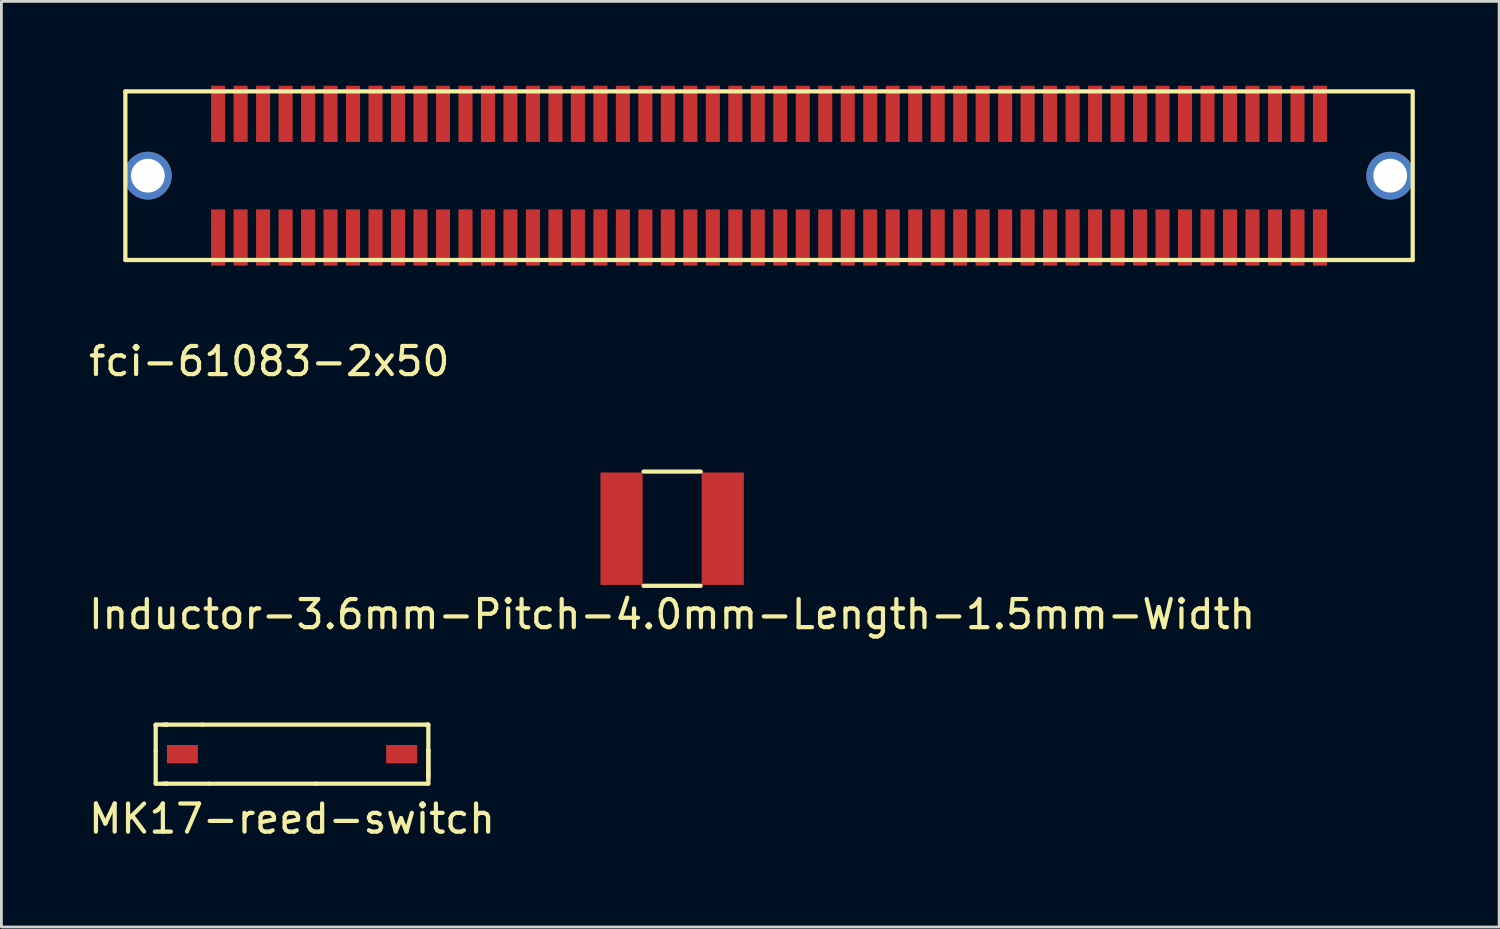
<source format=kicad_pcb>
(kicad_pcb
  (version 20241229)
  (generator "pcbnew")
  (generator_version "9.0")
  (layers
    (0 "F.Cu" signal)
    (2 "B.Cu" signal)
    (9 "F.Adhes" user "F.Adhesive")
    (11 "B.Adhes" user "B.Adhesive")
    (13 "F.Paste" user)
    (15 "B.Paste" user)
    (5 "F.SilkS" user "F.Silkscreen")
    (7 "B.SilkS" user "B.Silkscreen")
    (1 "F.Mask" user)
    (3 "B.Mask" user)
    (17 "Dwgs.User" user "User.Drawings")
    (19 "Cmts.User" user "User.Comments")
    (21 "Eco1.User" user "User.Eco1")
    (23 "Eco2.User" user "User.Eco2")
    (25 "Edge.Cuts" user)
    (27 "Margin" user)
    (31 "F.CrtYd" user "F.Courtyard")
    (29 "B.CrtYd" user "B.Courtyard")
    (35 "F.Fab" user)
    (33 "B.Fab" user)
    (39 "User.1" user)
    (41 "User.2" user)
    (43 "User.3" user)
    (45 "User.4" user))
  (footprint "fci-61083-2x50"
    (layer "F.Cu")
    (at 24.31 3.2)
    (property "Reference" "fci-61083-2x50" (at -17.78 6.604 0) (layer "F.SilkS") (effects (font (size 1 1) (thickness 0.15))))
    (attr through_hole)
    (fp_line (start -22.9 -3) (end -22.9 3) (stroke (width 0.15) (type solid)) (layer "F.SilkS"))
    (fp_line (start -22.9 -3) (end 22.9 -3) (stroke (width 0.15) (type solid)) (layer "F.SilkS"))
    (fp_line (start -22.9 3) (end 22.9 3) (stroke (width 0.15) (type solid)) (layer "F.SilkS"))
    (fp_line (start 22.9 -3) (end 22.9 3) (stroke (width 0.15) (type solid)) (layer "F.SilkS"))
    (pad "1" smd rect (at -19.6 -2.2) (size 0.5 2) (layers "F.Cu" "F.Mask" "F.Paste"))
    (pad "2" smd rect (at -19.6 2.2) (size 0.5 2) (layers "F.Cu" "F.Mask" "F.Paste"))
    (pad "3" smd rect (at -18.8 -2.2) (size 0.5 2) (layers "F.Cu" "F.Mask" "F.Paste"))
    (pad "4" smd rect (at -18.8 2.2) (size 0.5 2) (layers "F.Cu" "F.Mask" "F.Paste"))
    (pad "5" smd rect (at -18 -2.2) (size 0.5 2) (layers "F.Cu" "F.Mask" "F.Paste"))
    (pad "6" smd rect (at -18 2.2) (size 0.5 2) (layers "F.Cu" "F.Mask" "F.Paste"))
    (pad "7" smd rect (at -17.2 -2.2) (size 0.5 2) (layers "F.Cu" "F.Mask" "F.Paste"))
    (pad "8" smd rect (at -17.2 2.2) (size 0.5 2) (layers "F.Cu" "F.Mask" "F.Paste"))
    (pad "9" smd rect (at -16.4 -2.2) (size 0.5 2) (layers "F.Cu" "F.Mask" "F.Paste"))
    (pad "10" smd rect (at -16.4 2.2) (size 0.5 2) (layers "F.Cu" "F.Mask" "F.Paste"))
    (pad "11" smd rect (at -15.6 -2.2) (size 0.5 2) (layers "F.Cu" "F.Mask" "F.Paste"))
    (pad "12" smd rect (at -15.6 2.2) (size 0.5 2) (layers "F.Cu" "F.Mask" "F.Paste"))
    (pad "13" smd rect (at -14.8 -2.2) (size 0.5 2) (layers "F.Cu" "F.Mask" "F.Paste"))
    (pad "14" smd rect (at -14.8 2.2) (size 0.5 2) (layers "F.Cu" "F.Mask" "F.Paste"))
    (pad "15" smd rect (at -14 -2.2) (size 0.5 2) (layers "F.Cu" "F.Mask" "F.Paste"))
    (pad "16" smd rect (at -14 2.2) (size 0.5 2) (layers "F.Cu" "F.Mask" "F.Paste"))
    (pad "17" smd rect (at -13.2 -2.2) (size 0.5 2) (layers "F.Cu" "F.Mask" "F.Paste"))
    (pad "18" smd rect (at -13.2 2.2) (size 0.5 2) (layers "F.Cu" "F.Mask" "F.Paste"))
    (pad "19" smd rect (at -12.4 -2.2) (size 0.5 2) (layers "F.Cu" "F.Mask" "F.Paste"))
    (pad "20" smd rect (at -12.4 2.2) (size 0.5 2) (layers "F.Cu" "F.Mask" "F.Paste"))
    (pad "21" smd rect (at -11.6 -2.2) (size 0.5 2) (layers "F.Cu" "F.Mask" "F.Paste"))
    (pad "22" smd rect (at -11.6 2.2) (size 0.5 2) (layers "F.Cu" "F.Mask" "F.Paste"))
    (pad "23" smd rect (at -10.8 -2.2) (size 0.5 2) (layers "F.Cu" "F.Mask" "F.Paste"))
    (pad "24" smd rect (at -10.8 2.2) (size 0.5 2) (layers "F.Cu" "F.Mask" "F.Paste"))
    (pad "25" smd rect (at -10 -2.2) (size 0.5 2) (layers "F.Cu" "F.Mask" "F.Paste"))
    (pad "26" smd rect (at -10 2.2) (size 0.5 2) (layers "F.Cu" "F.Mask" "F.Paste"))
    (pad "27" smd rect (at -9.2 -2.2) (size 0.5 2) (layers "F.Cu" "F.Mask" "F.Paste"))
    (pad "28" smd rect (at -9.2 2.2) (size 0.5 2) (layers "F.Cu" "F.Mask" "F.Paste"))
    (pad "29" smd rect (at -8.4 -2.2) (size 0.5 2) (layers "F.Cu" "F.Mask" "F.Paste"))
    (pad "30" smd rect (at -8.4 2.2) (size 0.5 2) (layers "F.Cu" "F.Mask" "F.Paste"))
    (pad "31" smd rect (at -7.6 -2.2) (size 0.5 2) (layers "F.Cu" "F.Mask" "F.Paste"))
    (pad "32" smd rect (at -7.6 2.2) (size 0.5 2) (layers "F.Cu" "F.Mask" "F.Paste"))
    (pad "33" smd rect (at -6.8 -2.2) (size 0.5 2) (layers "F.Cu" "F.Mask" "F.Paste"))
    (pad "34" smd rect (at -6.8 2.2) (size 0.5 2) (layers "F.Cu" "F.Mask" "F.Paste"))
    (pad "35" smd rect (at -6 -2.2) (size 0.5 2) (layers "F.Cu" "F.Mask" "F.Paste"))
    (pad "36" smd rect (at -6 2.2) (size 0.5 2) (layers "F.Cu" "F.Mask" "F.Paste"))
    (pad "37" smd rect (at -5.2 -2.2) (size 0.5 2) (layers "F.Cu" "F.Mask" "F.Paste"))
    (pad "38" smd rect (at -5.2 2.2) (size 0.5 2) (layers "F.Cu" "F.Mask" "F.Paste"))
    (pad "39" smd rect (at -4.4 -2.2) (size 0.5 2) (layers "F.Cu" "F.Mask" "F.Paste"))
    (pad "40" smd rect (at -4.4 2.2) (size 0.5 2) (layers "F.Cu" "F.Mask" "F.Paste"))
    (pad "41" smd rect (at -3.6 -2.2) (size 0.5 2) (layers "F.Cu" "F.Mask" "F.Paste"))
    (pad "42" smd rect (at -3.6 2.2) (size 0.5 2) (layers "F.Cu" "F.Mask" "F.Paste"))
    (pad "43" smd rect (at -2.8 -2.2) (size 0.5 2) (layers "F.Cu" "F.Mask" "F.Paste"))
    (pad "44" smd rect (at -2.8 2.2) (size 0.5 2) (layers "F.Cu" "F.Mask" "F.Paste"))
    (pad "45" smd rect (at -2 -2.2) (size 0.5 2) (layers "F.Cu" "F.Mask" "F.Paste"))
    (pad "46" smd rect (at -2 2.2) (size 0.5 2) (layers "F.Cu" "F.Mask" "F.Paste"))
    (pad "47" smd rect (at -1.2 -2.2) (size 0.5 2) (layers "F.Cu" "F.Mask" "F.Paste"))
    (pad "48" smd rect (at -1.2 2.2) (size 0.5 2) (layers "F.Cu" "F.Mask" "F.Paste"))
    (pad "49" smd rect (at -0.4 -2.2) (size 0.5 2) (layers "F.Cu" "F.Mask" "F.Paste"))
    (pad "50" smd rect (at -0.4 2.2) (size 0.5 2) (layers "F.Cu" "F.Mask" "F.Paste"))
    (pad "51" smd rect (at 0.4 -2.2) (size 0.5 2) (layers "F.Cu" "F.Mask" "F.Paste"))
    (pad "52" smd rect (at 0.4 2.2) (size 0.5 2) (layers "F.Cu" "F.Mask" "F.Paste"))
    (pad "53" smd rect (at 1.2 -2.2) (size 0.5 2) (layers "F.Cu" "F.Mask" "F.Paste"))
    (pad "54" smd rect (at 1.2 2.2) (size 0.5 2) (layers "F.Cu" "F.Mask" "F.Paste"))
    (pad "55" smd rect (at 2 -2.2) (size 0.5 2) (layers "F.Cu" "F.Mask" "F.Paste"))
    (pad "56" smd rect (at 2 2.2) (size 0.5 2) (layers "F.Cu" "F.Mask" "F.Paste"))
    (pad "57" smd rect (at 2.8 -2.2) (size 0.5 2) (layers "F.Cu" "F.Mask" "F.Paste"))
    (pad "58" smd rect (at 2.8 2.2) (size 0.5 2) (layers "F.Cu" "F.Mask" "F.Paste"))
    (pad "59" smd rect (at 3.6 -2.2) (size 0.5 2) (layers "F.Cu" "F.Mask" "F.Paste"))
    (pad "60" smd rect (at 3.6 2.2) (size 0.5 2) (layers "F.Cu" "F.Mask" "F.Paste"))
    (pad "61" smd rect (at 4.4 -2.2) (size 0.5 2) (layers "F.Cu" "F.Mask" "F.Paste"))
    (pad "62" smd rect (at 4.4 2.2) (size 0.5 2) (layers "F.Cu" "F.Mask" "F.Paste"))
    (pad "63" smd rect (at 5.2 -2.2) (size 0.5 2) (layers "F.Cu" "F.Mask" "F.Paste"))
    (pad "64" smd rect (at 5.2 2.2) (size 0.5 2) (layers "F.Cu" "F.Mask" "F.Paste"))
    (pad "65" smd rect (at 6 -2.2) (size 0.5 2) (layers "F.Cu" "F.Mask" "F.Paste"))
    (pad "66" smd rect (at 6 2.2) (size 0.5 2) (layers "F.Cu" "F.Mask" "F.Paste"))
    (pad "67" smd rect (at 6.8 -2.2) (size 0.5 2) (layers "F.Cu" "F.Mask" "F.Paste"))
    (pad "68" smd rect (at 6.8 2.2) (size 0.5 2) (layers "F.Cu" "F.Mask" "F.Paste"))
    (pad "69" smd rect (at 7.6 -2.2) (size 0.5 2) (layers "F.Cu" "F.Mask" "F.Paste"))
    (pad "70" smd rect (at 7.6 2.2) (size 0.5 2) (layers "F.Cu" "F.Mask" "F.Paste"))
    (pad "71" smd rect (at 8.4 -2.2) (size 0.5 2) (layers "F.Cu" "F.Mask" "F.Paste"))
    (pad "72" smd rect (at 8.4 2.2) (size 0.5 2) (layers "F.Cu" "F.Mask" "F.Paste"))
    (pad "73" smd rect (at 9.2 -2.2) (size 0.5 2) (layers "F.Cu" "F.Mask" "F.Paste"))
    (pad "74" smd rect (at 9.2 2.2) (size 0.5 2) (layers "F.Cu" "F.Mask" "F.Paste"))
    (pad "75" smd rect (at 10 -2.2) (size 0.5 2) (layers "F.Cu" "F.Mask" "F.Paste"))
    (pad "76" smd rect (at 10 2.2) (size 0.5 2) (layers "F.Cu" "F.Mask" "F.Paste"))
    (pad "77" smd rect (at 10.8 -2.2) (size 0.5 2) (layers "F.Cu" "F.Mask" "F.Paste"))
    (pad "78" smd rect (at 10.8 2.2) (size 0.5 2) (layers "F.Cu" "F.Mask" "F.Paste"))
    (pad "79" smd rect (at 11.6 -2.2) (size 0.5 2) (layers "F.Cu" "F.Mask" "F.Paste"))
    (pad "80" smd rect (at 11.6 2.2) (size 0.5 2) (layers "F.Cu" "F.Mask" "F.Paste"))
    (pad "81" smd rect (at 12.4 -2.2) (size 0.5 2) (layers "F.Cu" "F.Mask" "F.Paste"))
    (pad "82" smd rect (at 12.4 2.2) (size 0.5 2) (layers "F.Cu" "F.Mask" "F.Paste"))
    (pad "83" smd rect (at 13.2 -2.2) (size 0.5 2) (layers "F.Cu" "F.Mask" "F.Paste"))
    (pad "84" smd rect (at 13.2 2.2) (size 0.5 2) (layers "F.Cu" "F.Mask" "F.Paste"))
    (pad "85" smd rect (at 14 -2.2) (size 0.5 2) (layers "F.Cu" "F.Mask" "F.Paste"))
    (pad "86" smd rect (at 14 2.2) (size 0.5 2) (layers "F.Cu" "F.Mask" "F.Paste"))
    (pad "87" smd rect (at 14.8 -2.2) (size 0.5 2) (layers "F.Cu" "F.Mask" "F.Paste"))
    (pad "88" smd rect (at 14.8 2.2) (size 0.5 2) (layers "F.Cu" "F.Mask" "F.Paste"))
    (pad "89" smd rect (at 15.6 -2.2) (size 0.5 2) (layers "F.Cu" "F.Mask" "F.Paste"))
    (pad "90" smd rect (at 15.6 2.2) (size 0.5 2) (layers "F.Cu" "F.Mask" "F.Paste"))
    (pad "91" smd rect (at 16.4 -2.2) (size 0.5 2) (layers "F.Cu" "F.Mask" "F.Paste"))
    (pad "92" smd rect (at 16.4 2.2) (size 0.5 2) (layers "F.Cu" "F.Mask" "F.Paste"))
    (pad "93" smd rect (at 17.2 -2.2) (size 0.5 2) (layers "F.Cu" "F.Mask" "F.Paste"))
    (pad "94" smd rect (at 17.2 2.2) (size 0.5 2) (layers "F.Cu" "F.Mask" "F.Paste"))
    (pad "95" smd rect (at 18 -2.2) (size 0.5 2) (layers "F.Cu" "F.Mask" "F.Paste"))
    (pad "96" smd rect (at 18 2.2) (size 0.5 2) (layers "F.Cu" "F.Mask" "F.Paste"))
    (pad "97" smd rect (at 18.8 -2.2) (size 0.5 2) (layers "F.Cu" "F.Mask" "F.Paste"))
    (pad "98" smd rect (at 18.8 2.2) (size 0.5 2) (layers "F.Cu" "F.Mask" "F.Paste"))
    (pad "99" smd rect (at 19.6 -2.2) (size 0.5 2) (layers "F.Cu" "F.Mask" "F.Paste"))
    (pad "100" smd rect (at 19.6 2.2) (size 0.5 2) (layers "F.Cu" "F.Mask" "F.Paste"))
    (pad "~" thru_hole circle (at -22.1 0) (size 1.7 1.7) (drill 1.2) (layers "*.Cu" "*.Mask"))
    (pad "~" thru_hole circle (at 22.1 0) (size 1.7 1.7) (drill 1.2) (layers "*.Cu" "*.Mask")))
  (footprint "MK17-reed-switch"
    (layer "F.Cu")
    (at 2.889 23.456)
    (property "Reference" "MK17-reed-switch" (at 4.45 2.625 0) (layer "F.SilkS") (effects (font (size 1 1) (thickness 0.15))))
    (attr through_hole)
    (fp_line (start -0.4 -0.725) (end 0 -0.725) (stroke (width 0.15) (type solid)) (layer "F.SilkS"))
    (fp_line (start -0.4 -0.7) (end -0.4 -0.725) (stroke (width 0.15) (type solid)) (layer "F.SilkS"))
    (fp_line (start -0.4 0.2) (end -0.4 -0.7) (stroke (width 0.15) (type solid)) (layer "F.SilkS"))
    (fp_line (start -0.4 0.2) (end -0.4 1.375) (stroke (width 0.15) (type solid)) (layer "F.SilkS"))
    (fp_line (start -0.4 1.375) (end 0.025 1.375) (stroke (width 0.15) (type solid)) (layer "F.SilkS"))
    (fp_line (start 0 -0.725) (end -0.125 -0.725) (stroke (width 0.15) (type solid)) (layer "F.SilkS"))
    (fp_line (start 0 -0.725) (end 1.275 -0.725) (stroke (width 0.15) (type solid)) (layer "F.SilkS"))
    (fp_line (start 0 1.375) (end -0.125 1.375) (stroke (width 0.15) (type solid)) (layer "F.SilkS"))
    (fp_line (start 0.025 1.375) (end 1.475 1.375) (stroke (width 0.15) (type solid)) (layer "F.SilkS"))
    (fp_line (start 1.25 -0.725) (end 9.275 -0.725) (stroke (width 0.15) (type solid)) (layer "F.SilkS"))
    (fp_line (start 1.475 1.375) (end 5.3 1.375) (stroke (width 0.15) (type solid)) (layer "F.SilkS"))
    (fp_line (start 5.3 1.375) (end 9.3 1.375) (stroke (width 0.15) (type solid)) (layer "F.SilkS"))
    (fp_line (start 9.3 -0.725) (end 9.225 -0.725) (stroke (width 0.15) (type solid)) (layer "F.SilkS"))
    (fp_line (start 9.3 0.175) (end 9.3 0.95) (stroke (width 0.15) (type solid)) (layer "F.SilkS"))
    (fp_line (start 9.3 0.2) (end 9.3 -0.725) (stroke (width 0.15) (type solid)) (layer "F.SilkS"))
    (fp_line (start 9.3 0.95) (end 9.3 1.2) (stroke (width 0.15) (type solid)) (layer "F.SilkS"))
    (fp_line (start 9.3 1.075) (end 9.3 0.175) (stroke (width 0.15) (type solid)) (layer "F.SilkS"))
    (fp_line (start 9.3 1.375) (end 9.3 1.075) (stroke (width 0.15) (type solid)) (layer "F.SilkS"))
    (pad "1" smd rect (at 0.55 0.325) (size 1.1 0.65) (layers "F.Cu" "F.Mask" "F.Paste"))
    (pad "2" smd rect (at 8.35 0.325) (size 1.1 0.65) (layers "F.Cu" "F.Mask" "F.Paste")))
  (footprint "Inductor-3.6mm-Pitch-4.0mm-Length-1.5mm-Width"
    (layer "F.Cu")
    (at 20.863 15.759)
    (property "Reference" "Inductor-3.6mm-Pitch-4.0mm-Length-1.5mm-Width" (at 0 3.048 0) (layer "F.SilkS") (effects (font (size 1 1) (thickness 0.15))))
    (attr through_hole)
    (fp_line (start 1.016 -2.032) (end -1.016 -2.032) (stroke (width 0.15) (type solid)) (layer "F.SilkS"))
    (fp_line (start 1.016 2.032) (end -1.016 2.032) (stroke (width 0.15) (type solid)) (layer "F.SilkS"))
    (pad "1" smd rect (at 1.8 0) (size 1.5 4) (layers "F.Cu" "F.Mask" "F.Paste"))
    (pad "2" smd rect (at -1.8 0) (size 1.5 4) (layers "F.Cu" "F.Mask" "F.Paste")))
  (gr_rect
    (start -3 -3)
    (end 50.285 29.929)
    (stroke (width 0.1) (type default))
    (fill no)
    (layer "Edge.Cuts")))
</source>
